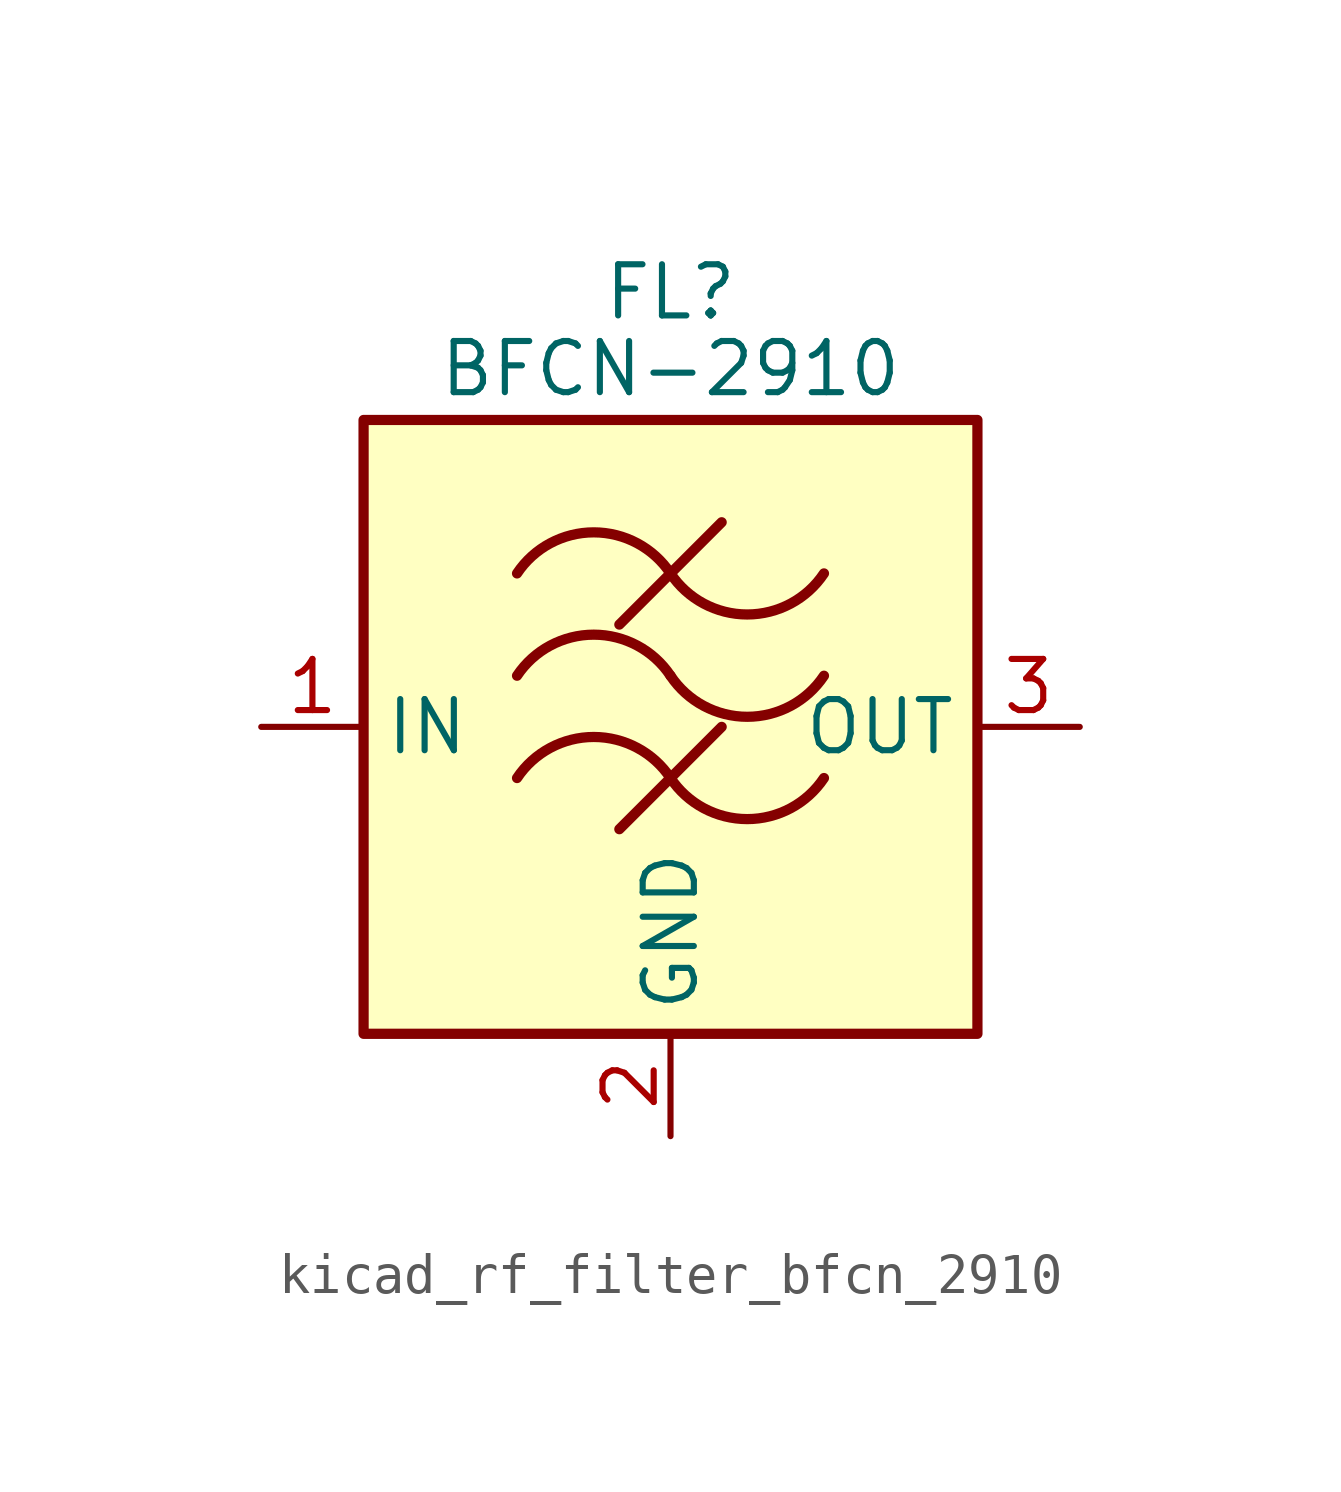
<source format=kicad_sym>
(kicad_symbol_lib
  (version 20220914)
  (generator kicad_symbol_editor)
  (symbol "kicad_rf_filter_bfcn_2910"
    (property "Reference" "FL"
      (at 0 10.795 0)
      (effects (font (size 1.27 1.27))))
    (property "Value" "BFCN-2910"
      (at 0 8.89 0)
      (effects (font (size 1.27 1.27))))
    (symbol "kicad_rf_filter_bfcn_2910_0_1"
      (rectangle (start -7.62 7.62) (end 7.62 -7.62) (stroke (width 0.254) (type default)) (fill (type background)))
      (arc (start 0 -1.27) (mid -1.905 -0.2505) (end -3.81 -1.27) (stroke (width 0.254) (type default)) (fill (type none)))
      (arc (start 0 -1.27) (mid 1.905 -2.2895) (end 3.81 -1.27) (stroke (width 0.254) (type default)) (fill (type none)))
      (polyline (pts (xy -1.27 -2.54) (xy 1.27 0)) (stroke (width 0.254) (type default)) (fill (type none)))
      (polyline (pts (xy -1.27 2.54) (xy 1.27 5.08)) (stroke (width 0.254) (type default)) (fill (type none)))
      (arc (start 0 1.27) (mid -1.905 2.2895) (end -3.81 1.27) (stroke (width 0.254) (type default)) (fill (type none)))
      (arc (start 0 1.27) (mid 1.905 0.2505) (end 3.81 1.27) (stroke (width 0.254) (type default)) (fill (type none)))
      (arc (start 0 3.81) (mid -1.905 4.8295) (end -3.81 3.81) (stroke (width 0.254) (type default)) (fill (type none)))
      (arc (start 0 3.81) (mid 1.905 2.7905) (end 3.81 3.81) (stroke (width 0.254) (type default)) (fill (type none))))
    (symbol "kicad_rf_filter_bfcn_2910_1_1"
      (pin passive line (at -10.16 0 0) (length 2.54) (name "IN" (effects (font (size 1.27 1.27)))) (number "1" (effects (font (size 1.27 1.27)))))
      (pin passive line (at 0 -10.16 90) (length 2.54) (name "GND" (effects (font (size 1.27 1.27)))) (number "2" (effects (font (size 1.27 1.27)))))
      (pin passive line (at 10.16 0 180) (length 2.54) (name "OUT" (effects (font (size 1.27 1.27)))) (number "3" (effects (font (size 1.27 1.27)))))
      (pin passive line (at 0 -10.16 90) (length 2.54) hide (name "GND" (effects (font (size 1.27 1.27)))) (number "4" (effects (font (size 1.27 1.27))))))))
</source>
